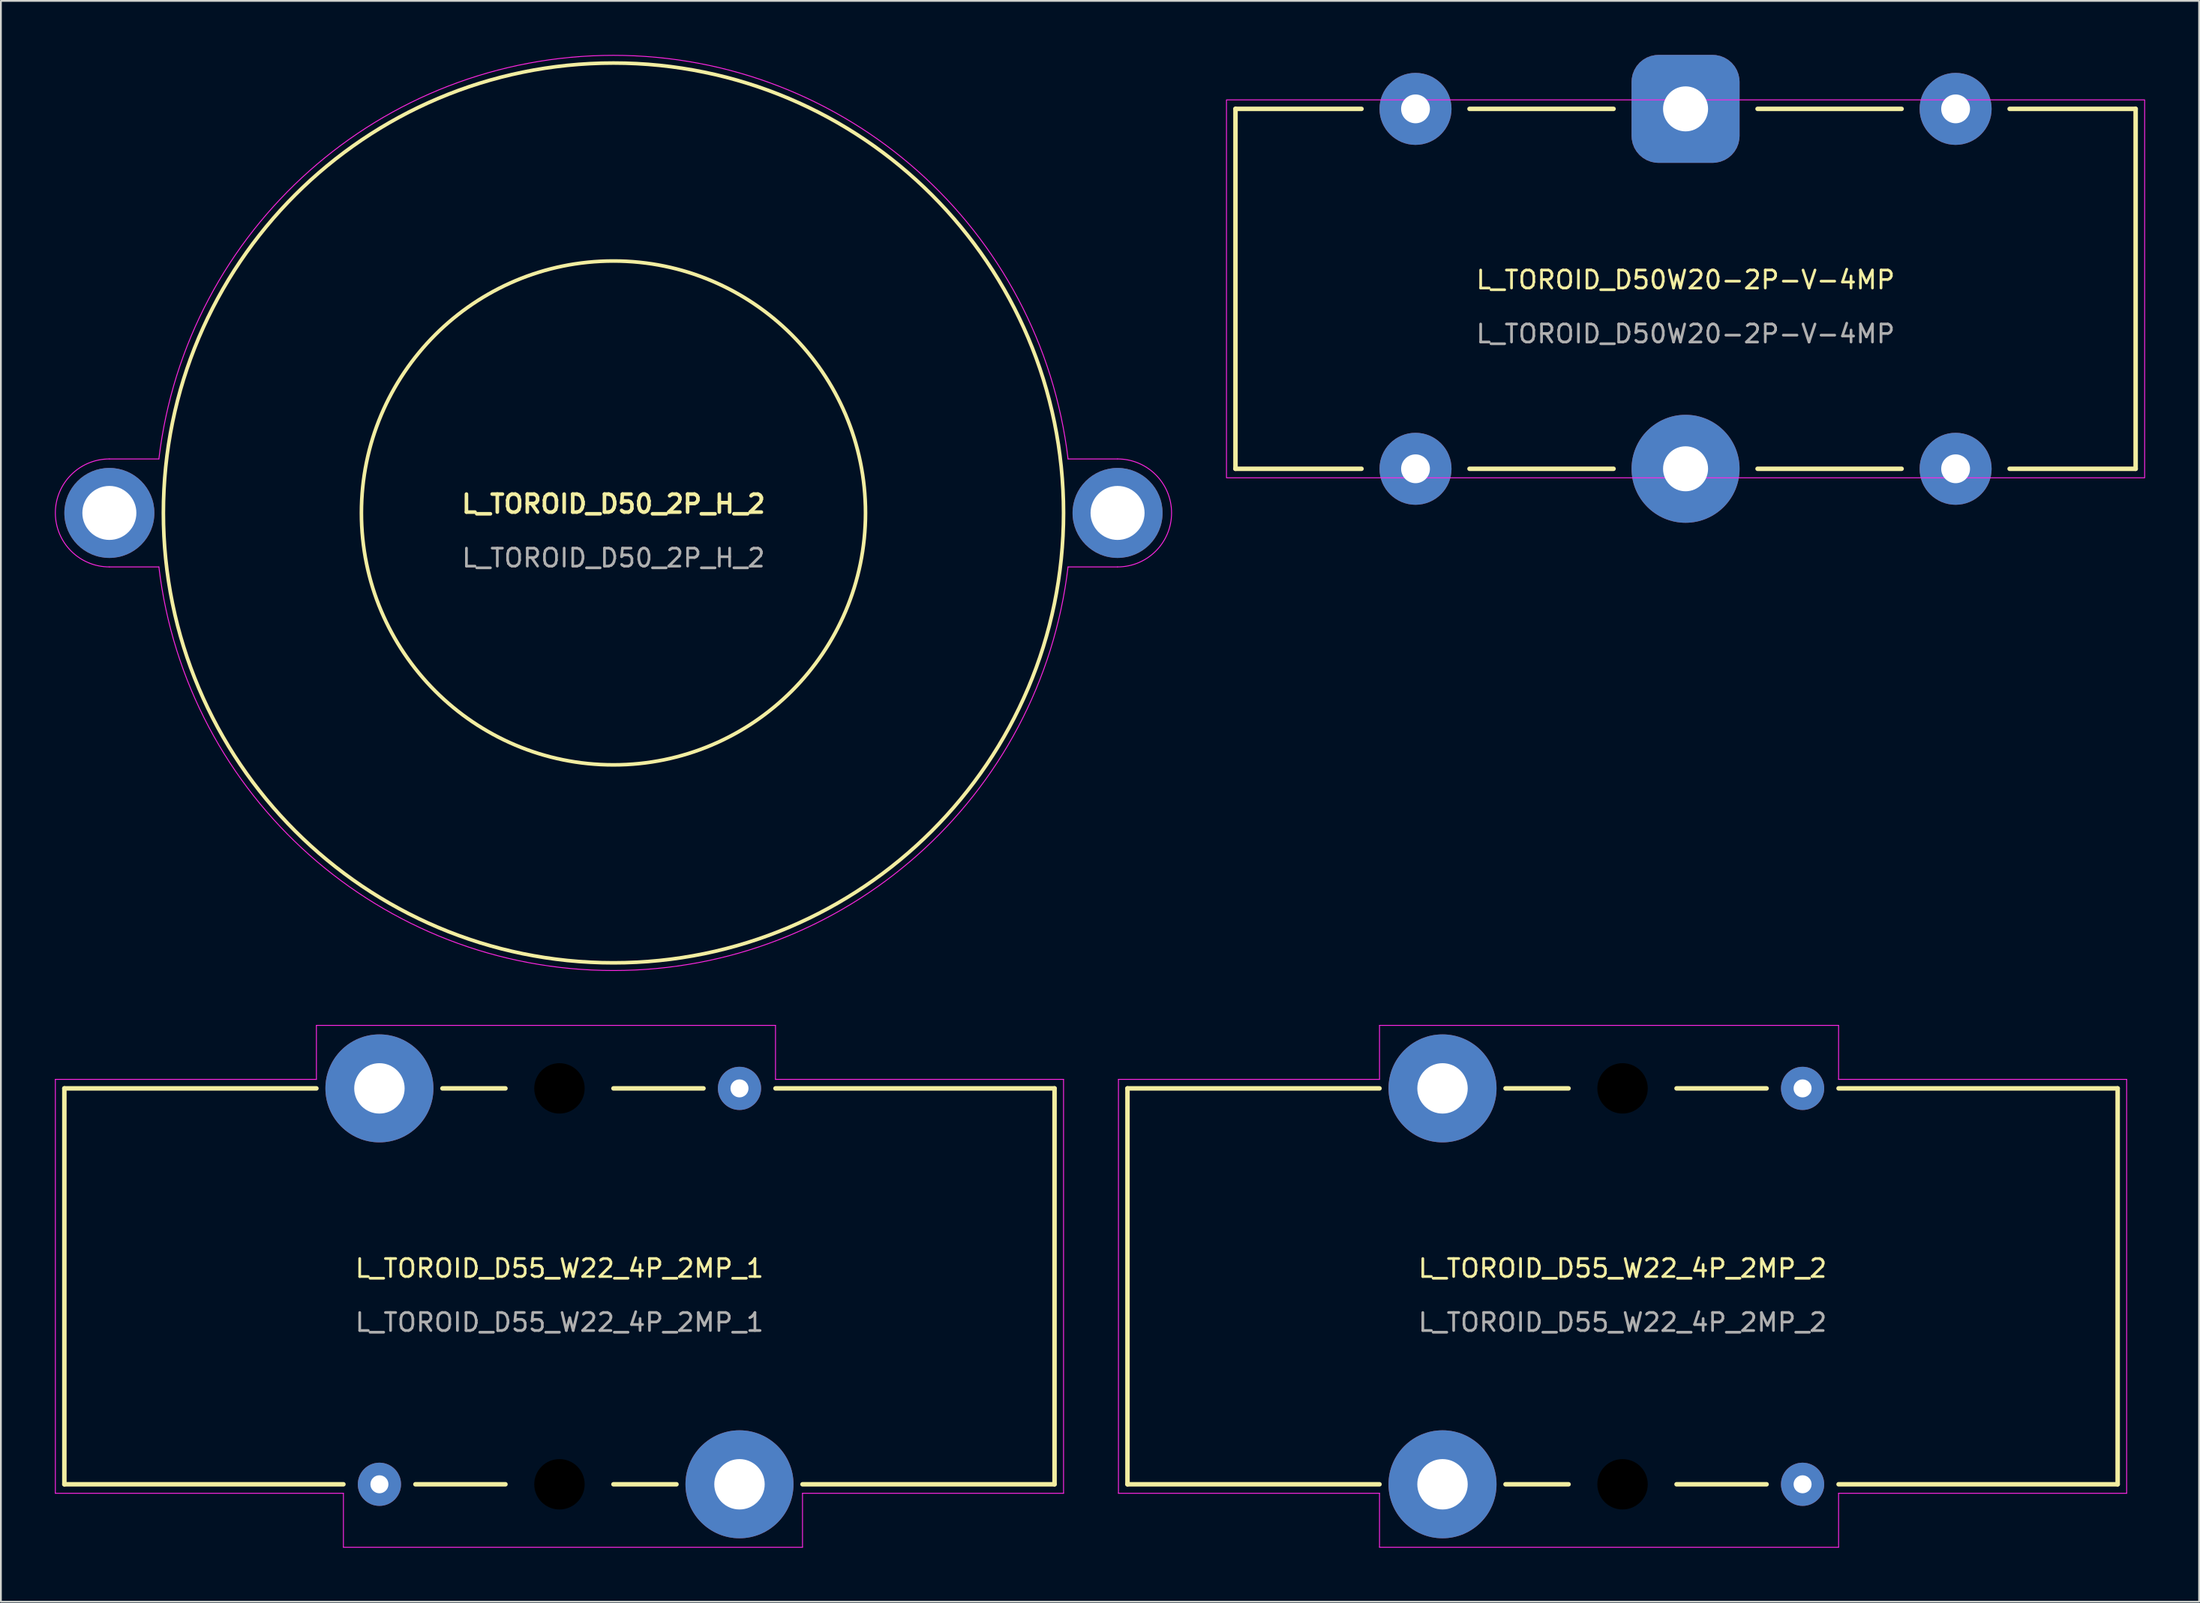
<source format=kicad_pcb>
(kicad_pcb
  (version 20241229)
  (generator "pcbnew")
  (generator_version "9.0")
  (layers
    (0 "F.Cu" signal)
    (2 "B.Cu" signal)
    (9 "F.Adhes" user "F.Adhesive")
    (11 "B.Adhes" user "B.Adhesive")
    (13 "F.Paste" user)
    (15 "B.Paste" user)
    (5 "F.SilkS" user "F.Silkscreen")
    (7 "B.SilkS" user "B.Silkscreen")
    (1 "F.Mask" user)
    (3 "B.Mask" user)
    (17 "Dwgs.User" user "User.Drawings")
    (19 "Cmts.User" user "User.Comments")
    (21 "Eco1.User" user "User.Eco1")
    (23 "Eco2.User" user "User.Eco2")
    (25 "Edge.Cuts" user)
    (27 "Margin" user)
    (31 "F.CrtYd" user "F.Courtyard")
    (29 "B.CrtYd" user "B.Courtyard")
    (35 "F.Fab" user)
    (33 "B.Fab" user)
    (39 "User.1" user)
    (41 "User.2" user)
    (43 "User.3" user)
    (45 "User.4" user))
  (footprint "L_TOROID_D55_W22_4P_2MP_2"
    (layer "F.Cu")
    (at 87.075 68.43)
    (property "Reference" "L_TOROID_D55_W22_4P_2MP_2" (at 0 -1 0) (unlocked yes) (layer "F.SilkS") (effects (font (size 1 1) (thickness 0.15))))
    (attr through_hole)
    (fp_line (start -27.5 -11) (end -27.5 11) (stroke (width 0.25) (type solid)) (layer "F.SilkS"))
    (fp_line (start -27.5 11) (end -13.5 11) (stroke (width 0.25) (type solid)) (layer "F.SilkS"))
    (fp_line (start -13.5 -11) (end -27.5 -11) (stroke (width 0.25) (type solid)) (layer "F.SilkS"))
    (fp_line (start -6.5 -11) (end -3 -11) (stroke (width 0.25) (type solid)) (layer "F.SilkS"))
    (fp_line (start -6.5 11) (end -3 11) (stroke (width 0.25) (type solid)) (layer "F.SilkS"))
    (fp_line (start 3 -11) (end 8 -11) (stroke (width 0.25) (type solid)) (layer "F.SilkS"))
    (fp_line (start 3 11) (end 8 11) (stroke (width 0.25) (type solid)) (layer "F.SilkS"))
    (fp_line (start 12 11) (end 27.5 11) (stroke (width 0.25) (type solid)) (layer "F.SilkS"))
    (fp_line (start 27.5 -11) (end 12 -11) (stroke (width 0.25) (type solid)) (layer "F.SilkS"))
    (fp_line (start 27.5 11) (end 27.5 -11) (stroke (width 0.25) (type solid)) (layer "F.SilkS"))
    (fp_line (start -28 -11.5) (end -13.5 -11.5) (stroke (width 0.05) (type solid)) (layer "F.CrtYd"))
    (fp_line (start -28 11.5) (end -28 -11.5) (stroke (width 0.05) (type solid)) (layer "F.CrtYd"))
    (fp_line (start -13.5 -14.5) (end 12 -14.5) (stroke (width 0.05) (type solid)) (layer "F.CrtYd"))
    (fp_line (start -13.5 -11.5) (end -13.5 -14.5) (stroke (width 0.05) (type solid)) (layer "F.CrtYd"))
    (fp_line (start -13.5 11.5) (end -28 11.5) (stroke (width 0.05) (type solid)) (layer "F.CrtYd"))
    (fp_line (start -13.5 14.5) (end -13.5 11.5) (stroke (width 0.05) (type solid)) (layer "F.CrtYd"))
    (fp_line (start 12 -14.5) (end 12 -11.5) (stroke (width 0.05) (type solid)) (layer "F.CrtYd"))
    (fp_line (start 12 -11.5) (end 28 -11.5) (stroke (width 0.05) (type solid)) (layer "F.CrtYd"))
    (fp_line (start 12 11.5) (end 12 14.5) (stroke (width 0.05) (type solid)) (layer "F.CrtYd"))
    (fp_line (start 12 14.5) (end -13.5 14.5) (stroke (width 0.05) (type solid)) (layer "F.CrtYd"))
    (fp_line (start 28 -11.5) (end 28 11.5) (stroke (width 0.05) (type solid)) (layer "F.CrtYd"))
    (fp_line (start 28 11.5) (end 12 11.5) (stroke (width 0.05) (type solid)) (layer "F.CrtYd"))
    (fp_text user "${REFERENCE}" (at 0 2 0) (unlocked yes) (layer "F.Fab") (effects (font (size 1 1) (thickness 0.15))))
    (pad "" np_thru_hole circle (at 0 -11) (size 2.8 2.8) (drill 5) (layers "*.Mask"))
    (pad "" np_thru_hole circle (at 0 11) (size 2.8 2.8) (drill 5) (layers "*.Mask"))
    (pad "1" thru_hole circle (at -10 -11) (size 6 6) (drill 2.8) (layers "*.Cu" "*.Mask"))
    (pad "2" thru_hole circle (at -10 11) (size 6 6) (drill 2.8) (layers "*.Cu" "*.Mask"))
    (pad "3" thru_hole circle (at 10 11) (size 2.4 2.4) (drill 1) (layers "*.Cu" "*.Mask"))
    (pad "4" thru_hole circle (at 10 -11) (size 2.4 2.4) (drill 1) (layers "*.Cu" "*.Mask")))
  (footprint "L_TOROID_D50W20-2P-V-4MP"
    (layer "F.Cu")
    (at 90.575 13)
    (property "Reference" "L_TOROID_D50W20-2P-V-4MP" (at 0 -0.5 0) (unlocked yes) (layer "F.SilkS") (effects (font (size 1 1) (thickness 0.15))))
    (attr smd)
    (fp_line (start -25 -10) (end -25 10) (stroke (width 0.25) (type solid)) (layer "F.SilkS"))
    (fp_line (start -25 -10) (end -18 -10) (stroke (width 0.25) (type solid)) (layer "F.SilkS"))
    (fp_line (start -25 10) (end -18 10) (stroke (width 0.25) (type solid)) (layer "F.SilkS"))
    (fp_line (start -12 -10) (end -4 -10) (stroke (width 0.25) (type solid)) (layer "F.SilkS"))
    (fp_line (start -12 10) (end -4 10) (stroke (width 0.25) (type solid)) (layer "F.SilkS"))
    (fp_line (start 4 -10) (end 12 -10) (stroke (width 0.25) (type solid)) (layer "F.SilkS"))
    (fp_line (start 4 10) (end 12 10) (stroke (width 0.25) (type solid)) (layer "F.SilkS"))
    (fp_line (start 18 -10) (end 25 -10) (stroke (width 0.25) (type solid)) (layer "F.SilkS"))
    (fp_line (start 25 -10) (end 25 10) (stroke (width 0.25) (type solid)) (layer "F.SilkS"))
    (fp_line (start 25 10) (end 18 10) (stroke (width 0.25) (type solid)) (layer "F.SilkS"))
    (fp_rect (start -25.5 -10.5) (end 25.5 10.5) (stroke (width 0.05) (type solid)) (fill no) (layer "F.CrtYd"))
    (fp_text user "${REFERENCE}" (at 0 2.5 0) (unlocked yes) (layer "F.Fab") (effects (font (size 1 1) (thickness 0.15))))
    (pad "" thru_hole circle (at -15 -10) (size 4 4) (drill 1.6) (layers "*.Cu" "*.Mask"))
    (pad "" thru_hole circle (at -15 10) (size 4 4) (drill 1.6) (layers "*.Cu" "*.Mask"))
    (pad "" thru_hole circle (at 15 -10) (size 4 4) (drill 1.6) (layers "*.Cu" "*.Mask"))
    (pad "" thru_hole circle (at 15 10) (size 4 4) (drill 1.6) (layers "*.Cu" "*.Mask"))
    (pad "1" thru_hole roundrect (at 0 -10) (size 6 6) (drill 2.5) (layers "*.Cu" "*.Mask") (roundrect_rratio 0.25))
    (pad "2" thru_hole circle (at 0 10) (size 6 6) (drill 2.5) (layers "*.Cu" "*.Mask")))
  (footprint "L_TOROID_D50_2P_H_2"
    (layer "F.Cu")
    (at 31.025 25.453)
    (property "Reference" "L_TOROID_D50_2P_H_2" (at 0 -0.5 0) (unlocked yes) (layer "F.SilkS") (effects (font (size 1 1) (thickness 0.2))))
    (attr through_hole)
    (fp_circle (center 0 0) (end 14 0) (stroke (width 0.2) (type default)) (fill no) (layer "F.SilkS"))
    (fp_circle (center 0 0) (end 25 0) (stroke (width 0.2) (type default)) (fill no) (layer "F.SilkS"))
    (fp_line (start -28 -3) (end -25.25 -3) (stroke (width 0.05) (type default)) (layer "F.CrtYd"))
    (fp_line (start -28 3) (end -25.25 3) (stroke (width 0.05) (type default)) (layer "F.CrtYd"))
    (fp_line (start 28 -3) (end 25.25 -3) (stroke (width 0.05) (type default)) (layer "F.CrtYd"))
    (fp_line (start 28 3) (end 25.25 3) (stroke (width 0.05) (type default)) (layer "F.CrtYd"))
    (fp_arc (start -28 3) (mid -31 0) (end -28 -3) (stroke (width 0.05) (type default)) (layer "F.CrtYd"))
    (fp_arc (start -25.25 -3) (mid 0 -25.427593) (end 25.25 -3) (stroke (width 0.05) (type default)) (layer "F.CrtYd"))
    (fp_arc (start 25.25 3) (mid 0 25.427593) (end -25.25 3) (stroke (width 0.05) (type default)) (layer "F.CrtYd"))
    (fp_arc (start 28 -3) (mid 31 0) (end 28 3) (stroke (width 0.05) (type default)) (layer "F.CrtYd"))
    (fp_text user "${REFERENCE}" (at 0 2.5 0) (unlocked yes) (layer "F.Fab") (effects (font (size 1 1) (thickness 0.15))))
    (pad "1" thru_hole circle (at -28 0) (size 5 5) (drill 3) (layers "*.Cu" "*.Mask"))
    (pad "2" thru_hole circle (at 28 0) (size 5 5) (drill 3) (layers "*.Cu" "*.Mask")))
  (footprint "L_TOROID_D55_W22_4P_2MP_1"
    (layer "F.Cu")
    (at 28.025 68.43)
    (property "Reference" "L_TOROID_D55_W22_4P_2MP_1" (at 0 -1 0) (unlocked yes) (layer "F.SilkS") (effects (font (size 1 1) (thickness 0.15))))
    (attr through_hole)
    (fp_line (start -27.5 -11) (end -27.5 11) (stroke (width 0.25) (type solid)) (layer "F.SilkS"))
    (fp_line (start -27.5 11) (end -12 11) (stroke (width 0.25) (type solid)) (layer "F.SilkS"))
    (fp_line (start -13.5 -11) (end -27.5 -11) (stroke (width 0.25) (type solid)) (layer "F.SilkS"))
    (fp_line (start -8 11) (end -3 11) (stroke (width 0.25) (type solid)) (layer "F.SilkS"))
    (fp_line (start -6.5 -11) (end -3 -11) (stroke (width 0.25) (type solid)) (layer "F.SilkS"))
    (fp_line (start 3 -11) (end 8 -11) (stroke (width 0.25) (type solid)) (layer "F.SilkS"))
    (fp_line (start 3 11) (end 6.5 11) (stroke (width 0.25) (type solid)) (layer "F.SilkS"))
    (fp_line (start 13.5 11) (end 27.5 11) (stroke (width 0.25) (type solid)) (layer "F.SilkS"))
    (fp_line (start 27.5 -11) (end 12 -11) (stroke (width 0.25) (type solid)) (layer "F.SilkS"))
    (fp_line (start 27.5 11) (end 27.5 -11) (stroke (width 0.25) (type solid)) (layer "F.SilkS"))
    (fp_line (start -28 -11.5) (end -13.5 -11.5) (stroke (width 0.05) (type solid)) (layer "F.CrtYd"))
    (fp_line (start -28 11.5) (end -28 -11.5) (stroke (width 0.05) (type solid)) (layer "F.CrtYd"))
    (fp_line (start -13.5 -14.5) (end 12 -14.5) (stroke (width 0.05) (type solid)) (layer "F.CrtYd"))
    (fp_line (start -13.5 -11.5) (end -13.5 -14.5) (stroke (width 0.05) (type solid)) (layer "F.CrtYd"))
    (fp_line (start -12 11.5) (end -28 11.5) (stroke (width 0.05) (type solid)) (layer "F.CrtYd"))
    (fp_line (start -12 14.5) (end -12 11.5) (stroke (width 0.05) (type solid)) (layer "F.CrtYd"))
    (fp_line (start 12 -14.5) (end 12 -11.5) (stroke (width 0.05) (type solid)) (layer "F.CrtYd"))
    (fp_line (start 12 -11.5) (end 28 -11.5) (stroke (width 0.05) (type solid)) (layer "F.CrtYd"))
    (fp_line (start 13.5 11.5) (end 13.5 14.5) (stroke (width 0.05) (type solid)) (layer "F.CrtYd"))
    (fp_line (start 13.5 14.5) (end -12 14.5) (stroke (width 0.05) (type solid)) (layer "F.CrtYd"))
    (fp_line (start 28 -11.5) (end 28 11.5) (stroke (width 0.05) (type solid)) (layer "F.CrtYd"))
    (fp_line (start 28 11.5) (end 13.5 11.5) (stroke (width 0.05) (type solid)) (layer "F.CrtYd"))
    (fp_text user "${REFERENCE}" (at 0 2 0) (unlocked yes) (layer "F.Fab") (effects (font (size 1 1) (thickness 0.15))))
    (pad "" np_thru_hole circle (at 0 -11) (size 2.8 2.8) (drill 5) (layers "*.Mask"))
    (pad "" np_thru_hole circle (at 0 11) (size 2.8 2.8) (drill 5) (layers "*.Mask"))
    (pad "1" thru_hole circle (at -10 -11) (size 6 6) (drill 2.8) (layers "*.Cu" "*.Mask"))
    (pad "2" thru_hole circle (at 10 11) (size 6 6) (drill 2.8) (layers "*.Cu" "*.Mask"))
    (pad "3" thru_hole circle (at -10 11) (size 2.4 2.4) (drill 1) (layers "*.Cu" "*.Mask"))
    (pad "4" thru_hole circle (at 10 -11) (size 2.4 2.4) (drill 1) (layers "*.Cu" "*.Mask")))
  (gr_rect
    (start -3 -3)
    (end 119.1 85.955)
    (stroke (width 0.1) (type default))
    (fill no)
    (layer "Edge.Cuts")))
</source>
